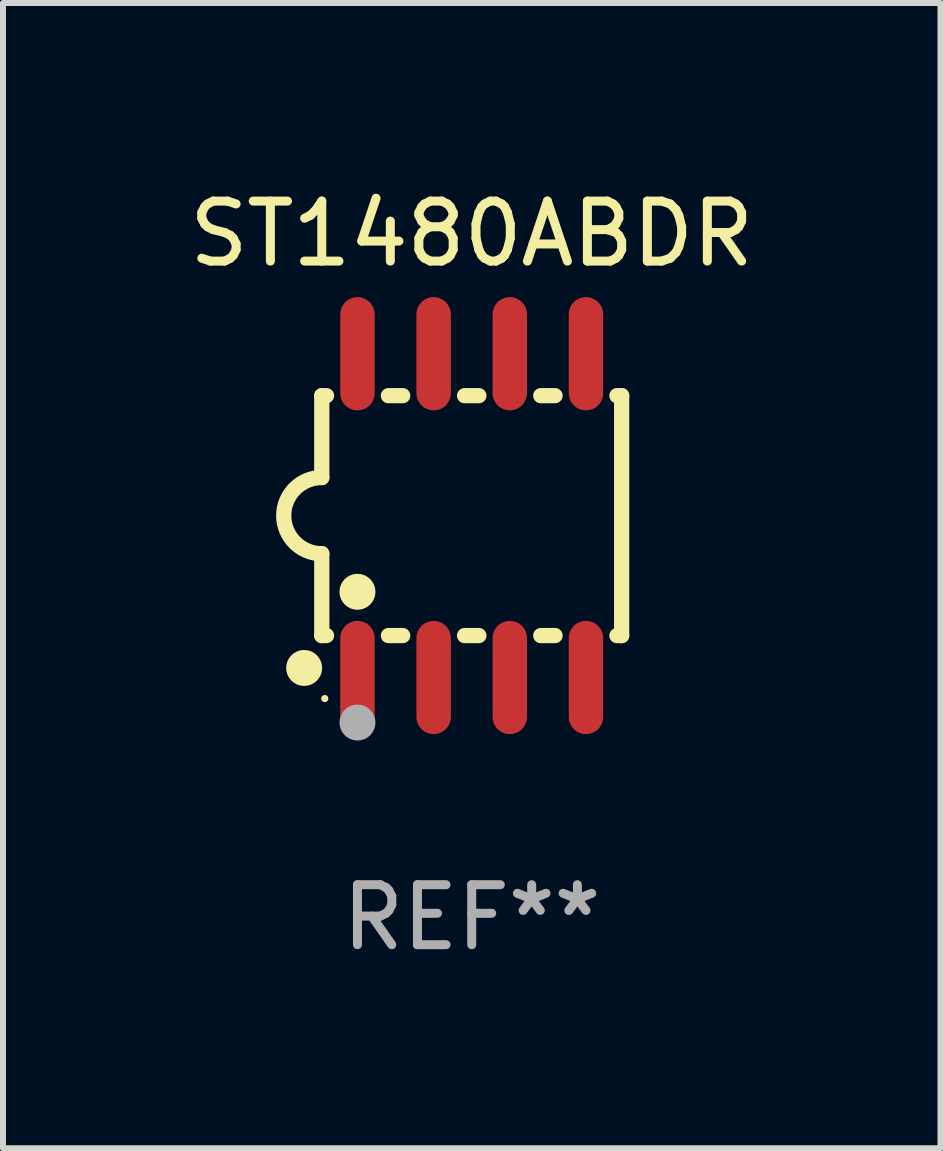
<source format=kicad_pcb>
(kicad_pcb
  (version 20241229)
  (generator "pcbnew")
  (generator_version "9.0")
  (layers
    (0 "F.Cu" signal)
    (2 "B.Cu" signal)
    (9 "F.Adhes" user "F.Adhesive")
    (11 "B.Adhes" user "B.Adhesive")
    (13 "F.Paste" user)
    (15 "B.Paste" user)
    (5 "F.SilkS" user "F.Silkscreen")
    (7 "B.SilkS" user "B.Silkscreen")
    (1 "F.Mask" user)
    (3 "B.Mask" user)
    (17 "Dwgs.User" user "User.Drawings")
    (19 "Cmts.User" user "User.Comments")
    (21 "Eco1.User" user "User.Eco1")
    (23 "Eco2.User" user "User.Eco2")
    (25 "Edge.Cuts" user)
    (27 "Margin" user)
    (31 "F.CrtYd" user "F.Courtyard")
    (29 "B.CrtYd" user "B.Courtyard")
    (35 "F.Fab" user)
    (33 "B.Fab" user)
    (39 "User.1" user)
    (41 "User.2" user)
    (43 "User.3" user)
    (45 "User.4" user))
  (footprint "ST1480ABDR"
    (layer "F.Cu")
    (at 4.815 5.547)
    (property "Reference" "ST1480ABDR" (at 0 -4.699 0) (layer "F.SilkS") (effects (font (size 1 1) (thickness 0.15))))
    (attr through_hole)
    (fp_line (start -2.5 -2) (end -2.5 -0.635) (stroke (width 0.254) (type solid)) (layer "F.SilkS"))
    (fp_line (start -2.5 -2) (end -2.421 -2) (stroke (width 0.254) (type solid)) (layer "F.SilkS"))
    (fp_line (start -2.5 2) (end -2.5 0.635) (stroke (width 0.254) (type solid)) (layer "F.SilkS"))
    (fp_line (start -2.5 2) (end -2.421 2) (stroke (width 0.254) (type solid)) (layer "F.SilkS"))
    (fp_line (start -1.389 -2) (end -1.151 -2) (stroke (width 0.254) (type solid)) (layer "F.SilkS"))
    (fp_line (start -1.389 2) (end -1.151 2) (stroke (width 0.254) (type solid)) (layer "F.SilkS"))
    (fp_line (start -0.119 -2) (end 0.119 -2) (stroke (width 0.254) (type solid)) (layer "F.SilkS"))
    (fp_line (start -0.119 2) (end 0.119 2) (stroke (width 0.254) (type solid)) (layer "F.SilkS"))
    (fp_line (start 1.151 -2) (end 1.389 -2) (stroke (width 0.254) (type solid)) (layer "F.SilkS"))
    (fp_line (start 1.151 2) (end 1.389 2) (stroke (width 0.254) (type solid)) (layer "F.SilkS"))
    (fp_line (start 2.421 -2) (end 2.5 -2) (stroke (width 0.254) (type solid)) (layer "F.SilkS"))
    (fp_line (start 2.421 2) (end 2.5 2) (stroke (width 0.254) (type solid)) (layer "F.SilkS"))
    (fp_line (start 2.5 -2) (end 2.5 2) (stroke (width 0.254) (type solid)) (layer "F.SilkS"))
    (fp_arc (start -2.5 0.635001) (mid -3.134366 -0.000318) (end -2.499365 -0.635001) (stroke (width 0.254001) (type solid)) (layer "F.SilkS"))
    (fp_circle (center -2.794 2.54) (end -2.644 2.54) (stroke (width 0.3) (type solid)) (fill no) (layer "F.SilkS"))
    (fp_circle (center -2.45 3.05) (end -2.42 3.05) (stroke (width 0.06) (type solid)) (fill no) (layer "F.SilkS"))
    (fp_circle (center -1.905 1.27) (end -1.755 1.27) (stroke (width 0.3) (type solid)) (fill no) (layer "F.SilkS"))
    (fp_circle (center -1.905 3.45) (end -1.755 3.45) (stroke (width 0.3) (type solid)) (fill no) (layer "F.Fab"))
    (fp_text user "REF**" (at 0 6.699 0) (layer "F.Fab") (effects (font (size 1 1) (thickness 0.15))))
    (pad "1" smd oval (at -1.905 2.699) (size 0.574 1.888) (layers "F.Cu" "F.Mask" "F.Paste"))
    (pad "2" smd oval (at -0.635 2.699) (size 0.574 1.888) (layers "F.Cu" "F.Mask" "F.Paste"))
    (pad "3" smd oval (at 0.635 2.699) (size 0.574 1.888) (layers "F.Cu" "F.Mask" "F.Paste"))
    (pad "4" smd oval (at 1.905 2.699) (size 0.574 1.888) (layers "F.Cu" "F.Mask" "F.Paste"))
    (pad "5" smd oval (at 1.905 -2.699) (size 0.574 1.888) (layers "F.Cu" "F.Mask" "F.Paste"))
    (pad "6" smd oval (at 0.635 -2.699) (size 0.574 1.888) (layers "F.Cu" "F.Mask" "F.Paste"))
    (pad "7" smd oval (at -0.635 -2.699) (size 0.574 1.888) (layers "F.Cu" "F.Mask" "F.Paste"))
    (pad "8" smd oval (at -1.905 -2.699) (size 0.574 1.888) (layers "F.Cu" "F.Mask" "F.Paste")))
  (gr_rect
    (start -3 -3)
    (end 12.631 16.095)
    (stroke (width 0.1) (type default))
    (fill no)
    (layer "Edge.Cuts")))
</source>
